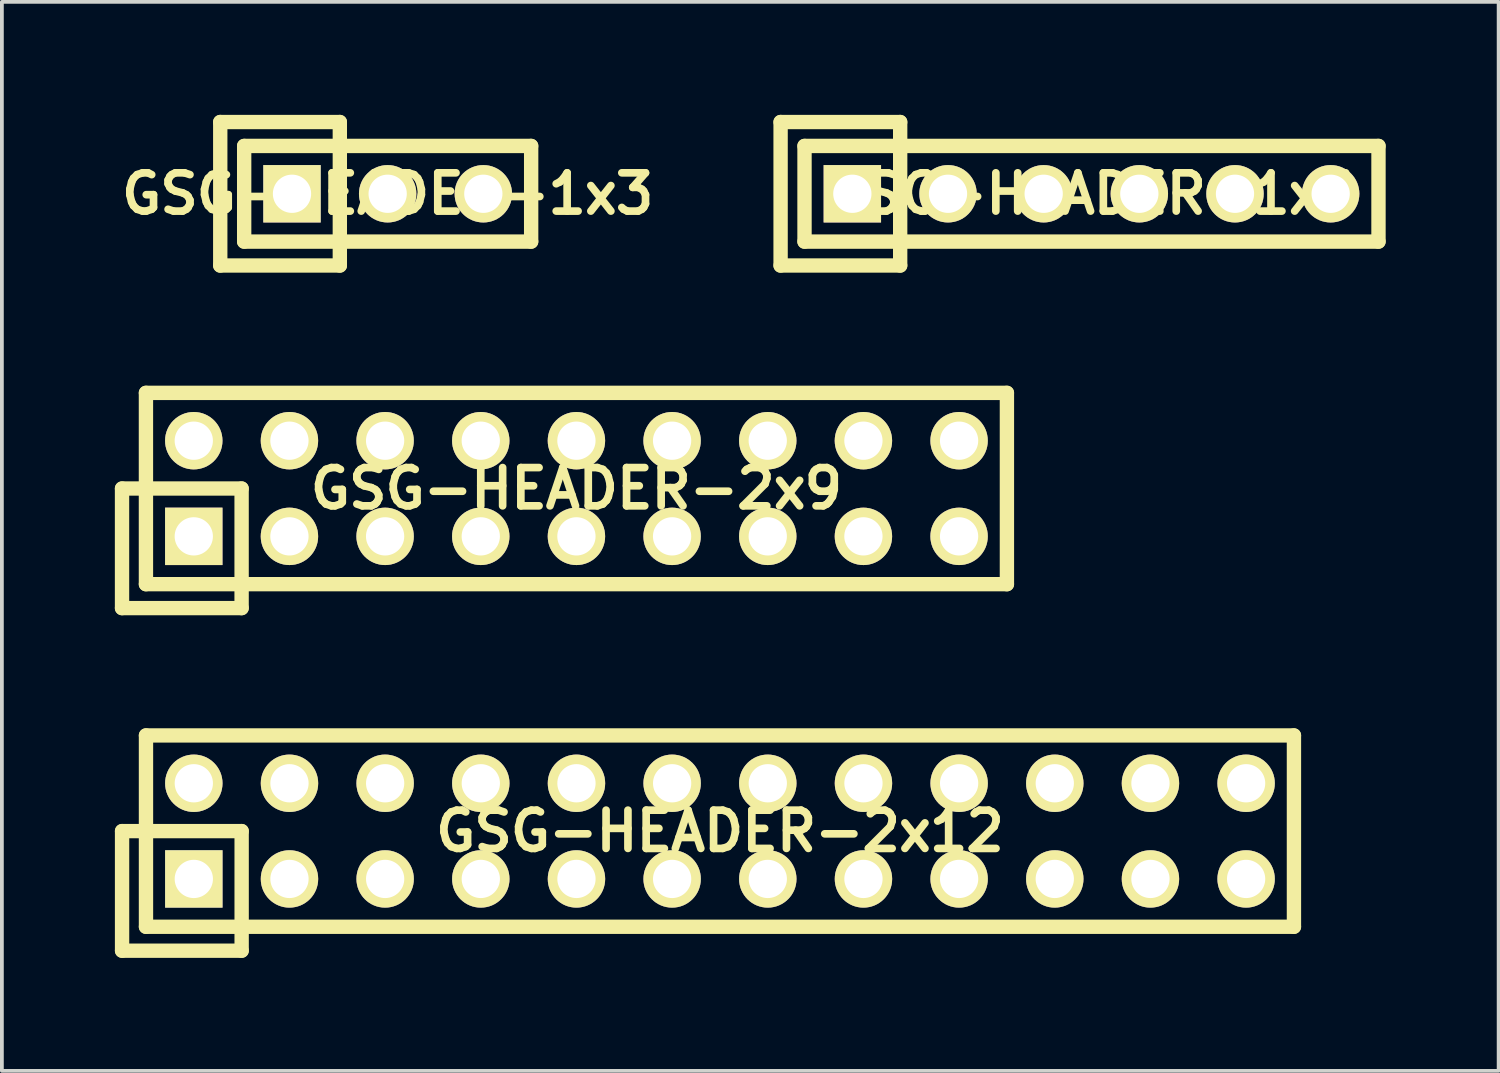
<source format=kicad_pcb>
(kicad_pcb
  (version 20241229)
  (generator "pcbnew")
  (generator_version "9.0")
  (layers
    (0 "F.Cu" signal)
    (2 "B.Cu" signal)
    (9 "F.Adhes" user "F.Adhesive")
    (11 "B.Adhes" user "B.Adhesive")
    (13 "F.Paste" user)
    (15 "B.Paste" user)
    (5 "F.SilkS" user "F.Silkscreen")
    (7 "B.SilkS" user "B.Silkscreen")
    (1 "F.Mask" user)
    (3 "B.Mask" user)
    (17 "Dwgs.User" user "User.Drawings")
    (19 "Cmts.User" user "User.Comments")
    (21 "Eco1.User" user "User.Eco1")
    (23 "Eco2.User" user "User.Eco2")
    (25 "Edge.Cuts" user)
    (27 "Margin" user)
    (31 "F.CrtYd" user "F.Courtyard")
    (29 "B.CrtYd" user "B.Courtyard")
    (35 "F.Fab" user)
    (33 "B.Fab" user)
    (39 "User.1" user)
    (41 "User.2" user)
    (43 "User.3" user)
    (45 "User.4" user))
  (footprint "GSG-HEADER-1x3"
    (layer "F.Cu")
    (at 7.243 2.095)
    (property "Reference" "GSG-HEADER-1x3" (at 0 0 0) (layer "F.SilkS") (effects (font (size 1.016 1.016) (thickness 0.203))))
    (attr through_hole)
    (fp_line (start -4.445 -1.905) (end -4.445 1.905) (stroke (width 0.381) (type solid)) (layer "F.SilkS"))
    (fp_line (start -4.445 1.905) (end -1.27 1.905) (stroke (width 0.381) (type solid)) (layer "F.SilkS"))
    (fp_line (start -3.81 -1.27) (end -3.81 1.27) (stroke (width 0.381) (type solid)) (layer "F.SilkS"))
    (fp_line (start -3.81 -1.27) (end 3.81 -1.27) (stroke (width 0.381) (type solid)) (layer "F.SilkS"))
    (fp_line (start -1.27 -1.905) (end -4.445 -1.905) (stroke (width 0.381) (type solid)) (layer "F.SilkS"))
    (fp_line (start -1.27 1.905) (end -1.27 -1.905) (stroke (width 0.381) (type solid)) (layer "F.SilkS"))
    (fp_line (start 3.81 -1.27) (end 3.81 1.27) (stroke (width 0.381) (type solid)) (layer "F.SilkS"))
    (fp_line (start 3.81 1.27) (end -3.81 1.27) (stroke (width 0.381) (type solid)) (layer "F.SilkS"))
    (pad "1" thru_hole rect (at -2.54 0) (size 1.524 1.524) (drill 1.016) (layers "*.Cu" "*.Mask" "F.SilkS"))
    (pad "2" thru_hole circle (at 0 0) (size 1.524 1.524) (drill 1.016) (layers "*.Cu" "*.Mask" "F.SilkS"))
    (pad "3" thru_hole circle (at 2.54 0) (size 1.524 1.524) (drill 1.016) (layers "*.Cu" "*.Mask" "F.SilkS")))
  (footprint "GSG-HEADER-1x6"
    (layer "F.Cu")
    (at 25.931 2.095)
    (property "Reference" "GSG-HEADER-1x6" (at 0 0 0) (layer "F.SilkS") (effects (font (size 1.016 1.016) (thickness 0.203))))
    (attr through_hole)
    (fp_line (start -8.255 -1.905) (end -8.255 1.905) (stroke (width 0.381) (type solid)) (layer "F.SilkS"))
    (fp_line (start -8.255 1.905) (end -5.08 1.905) (stroke (width 0.381) (type solid)) (layer "F.SilkS"))
    (fp_line (start -7.62 -1.27) (end -7.62 1.27) (stroke (width 0.381) (type solid)) (layer "F.SilkS"))
    (fp_line (start -7.62 -1.27) (end 7.62 -1.27) (stroke (width 0.381) (type solid)) (layer "F.SilkS"))
    (fp_line (start -5.08 -1.905) (end -8.255 -1.905) (stroke (width 0.381) (type solid)) (layer "F.SilkS"))
    (fp_line (start -5.08 1.905) (end -5.08 -1.905) (stroke (width 0.381) (type solid)) (layer "F.SilkS"))
    (fp_line (start 7.62 -1.27) (end 7.62 1.27) (stroke (width 0.381) (type solid)) (layer "F.SilkS"))
    (fp_line (start 7.62 1.27) (end -7.62 1.27) (stroke (width 0.381) (type solid)) (layer "F.SilkS"))
    (pad "1" thru_hole rect (at -6.35 0) (size 1.524 1.524) (drill 1.016) (layers "*.Cu" "*.Mask" "F.SilkS"))
    (pad "2" thru_hole circle (at -3.81 0) (size 1.524 1.524) (drill 1.016) (layers "*.Cu" "*.Mask" "F.SilkS"))
    (pad "3" thru_hole circle (at -1.27 0) (size 1.524 1.524) (drill 1.016) (layers "*.Cu" "*.Mask" "F.SilkS"))
    (pad "4" thru_hole circle (at 1.27 0) (size 1.524 1.524) (drill 1.016) (layers "*.Cu" "*.Mask" "F.SilkS"))
    (pad "5" thru_hole circle (at 3.81 0) (size 1.524 1.524) (drill 1.016) (layers "*.Cu" "*.Mask" "F.SilkS"))
    (pad "6" thru_hole circle (at 6.35 0) (size 1.524 1.524) (drill 1.016) (layers "*.Cu" "*.Mask" "F.SilkS")))
  (footprint "GSG-HEADER-2x12"
    (layer "F.Cu")
    (at 16.066 19.017)
    (property "Reference" "GSG-HEADER-2x12" (at 0 0 0) (layer "F.SilkS") (effects (font (size 1.016 1.016) (thickness 0.203))))
    (attr through_hole)
    (fp_line (start -15.875 0) (end -15.875 3.175) (stroke (width 0.381) (type solid)) (layer "F.SilkS"))
    (fp_line (start -15.875 3.175) (end -12.7 3.175) (stroke (width 0.381) (type solid)) (layer "F.SilkS"))
    (fp_line (start -15.24 -2.54) (end 15.24 -2.54) (stroke (width 0.381) (type solid)) (layer "F.SilkS"))
    (fp_line (start -15.24 2.54) (end -15.24 -2.54) (stroke (width 0.381) (type solid)) (layer "F.SilkS"))
    (fp_line (start -12.7 0) (end -15.875 0) (stroke (width 0.381) (type solid)) (layer "F.SilkS"))
    (fp_line (start -12.7 3.175) (end -12.7 0) (stroke (width 0.381) (type solid)) (layer "F.SilkS"))
    (fp_line (start 15.24 -2.54) (end 15.24 2.54) (stroke (width 0.381) (type solid)) (layer "F.SilkS"))
    (fp_line (start 15.24 2.54) (end -15.24 2.54) (stroke (width 0.381) (type solid)) (layer "F.SilkS"))
    (pad "1" thru_hole rect (at -13.97 1.27) (size 1.524 1.524) (drill 1.016) (layers "*.Cu" "*.Mask" "F.SilkS"))
    (pad "2" thru_hole circle (at -13.97 -1.27) (size 1.524 1.524) (drill 1.016) (layers "*.Cu" "*.Mask" "F.SilkS"))
    (pad "3" thru_hole circle (at -11.43 1.27) (size 1.524 1.524) (drill 1.016) (layers "*.Cu" "*.Mask" "F.SilkS"))
    (pad "4" thru_hole circle (at -11.43 -1.27) (size 1.524 1.524) (drill 1.016) (layers "*.Cu" "*.Mask" "F.SilkS"))
    (pad "5" thru_hole circle (at -8.89 1.27) (size 1.524 1.524) (drill 1.016) (layers "*.Cu" "*.Mask" "F.SilkS"))
    (pad "6" thru_hole circle (at -8.89 -1.27) (size 1.524 1.524) (drill 1.016) (layers "*.Cu" "*.Mask" "F.SilkS"))
    (pad "7" thru_hole circle (at -6.35 1.27) (size 1.524 1.524) (drill 1.016) (layers "*.Cu" "*.Mask" "F.SilkS"))
    (pad "8" thru_hole circle (at -6.35 -1.27) (size 1.524 1.524) (drill 1.016) (layers "*.Cu" "*.Mask" "F.SilkS"))
    (pad "9" thru_hole circle (at -3.81 1.27) (size 1.524 1.524) (drill 1.016) (layers "*.Cu" "*.Mask" "F.SilkS"))
    (pad "10" thru_hole circle (at -3.81 -1.27) (size 1.524 1.524) (drill 1.016) (layers "*.Cu" "*.Mask" "F.SilkS"))
    (pad "11" thru_hole circle (at -1.27 1.27) (size 1.524 1.524) (drill 1.016) (layers "*.Cu" "*.Mask" "F.SilkS"))
    (pad "12" thru_hole circle (at -1.27 -1.27) (size 1.524 1.524) (drill 1.016) (layers "*.Cu" "*.Mask" "F.SilkS"))
    (pad "13" thru_hole circle (at 1.27 1.27) (size 1.524 1.524) (drill 1.016) (layers "*.Cu" "*.Mask" "F.SilkS"))
    (pad "14" thru_hole circle (at 1.27 -1.27) (size 1.524 1.524) (drill 1.016) (layers "*.Cu" "*.Mask" "F.SilkS"))
    (pad "15" thru_hole circle (at 3.81 1.27) (size 1.524 1.524) (drill 1.016) (layers "*.Cu" "*.Mask" "F.SilkS"))
    (pad "16" thru_hole circle (at 3.81 -1.27) (size 1.524 1.524) (drill 1.016) (layers "*.Cu" "*.Mask" "F.SilkS"))
    (pad "17" thru_hole circle (at 6.35 1.27) (size 1.524 1.524) (drill 1.016) (layers "*.Cu" "*.Mask" "F.SilkS"))
    (pad "18" thru_hole circle (at 6.35 -1.27) (size 1.524 1.524) (drill 1.016) (layers "*.Cu" "*.Mask" "F.SilkS"))
    (pad "19" thru_hole circle (at 8.89 1.27) (size 1.524 1.524) (drill 1.016) (layers "*.Cu" "*.Mask" "F.SilkS"))
    (pad "20" thru_hole circle (at 8.89 -1.27) (size 1.524 1.524) (drill 1.016) (layers "*.Cu" "*.Mask" "F.SilkS"))
    (pad "21" thru_hole circle (at 11.43 1.27) (size 1.524 1.524) (drill 1.016) (layers "*.Cu" "*.Mask" "F.SilkS"))
    (pad "22" thru_hole circle (at 11.43 -1.27) (size 1.524 1.524) (drill 1.016) (layers "*.Cu" "*.Mask" "F.SilkS"))
    (pad "23" thru_hole circle (at 13.97 1.27) (size 1.524 1.524) (drill 1.016) (layers "*.Cu" "*.Mask" "F.SilkS"))
    (pad "24" thru_hole circle (at 13.97 -1.27) (size 1.524 1.524) (drill 1.016) (layers "*.Cu" "*.Mask" "F.SilkS")))
  (footprint "GSG-HEADER-2x9"
    (layer "F.Cu")
    (at 12.255 9.921)
    (property "Reference" "GSG-HEADER-2x9" (at 0 0 0) (layer "F.SilkS") (effects (font (size 1.016 1.016) (thickness 0.203))))
    (attr through_hole)
    (fp_line (start -12.065 0) (end -12.065 3.175) (stroke (width 0.381) (type solid)) (layer "F.SilkS"))
    (fp_line (start -12.065 3.175) (end -8.89 3.175) (stroke (width 0.381) (type solid)) (layer "F.SilkS"))
    (fp_line (start -11.43 -2.54) (end 11.43 -2.54) (stroke (width 0.381) (type solid)) (layer "F.SilkS"))
    (fp_line (start -11.43 2.54) (end -11.43 -2.54) (stroke (width 0.381) (type solid)) (layer "F.SilkS"))
    (fp_line (start -8.89 0) (end -12.065 0) (stroke (width 0.381) (type solid)) (layer "F.SilkS"))
    (fp_line (start -8.89 3.175) (end -8.89 0) (stroke (width 0.381) (type solid)) (layer "F.SilkS"))
    (fp_line (start 11.43 -2.54) (end 11.43 2.54) (stroke (width 0.381) (type solid)) (layer "F.SilkS"))
    (fp_line (start 11.43 2.54) (end -11.43 2.54) (stroke (width 0.381) (type solid)) (layer "F.SilkS"))
    (pad "1" thru_hole rect (at -10.16 1.27) (size 1.524 1.524) (drill 1.016) (layers "*.Cu" "*.Mask" "F.SilkS"))
    (pad "2" thru_hole circle (at -10.16 -1.27) (size 1.524 1.524) (drill 1.016) (layers "*.Cu" "*.Mask" "F.SilkS"))
    (pad "3" thru_hole circle (at -7.62 1.27) (size 1.524 1.524) (drill 1.016) (layers "*.Cu" "*.Mask" "F.SilkS"))
    (pad "4" thru_hole circle (at -7.62 -1.27) (size 1.524 1.524) (drill 1.016) (layers "*.Cu" "*.Mask" "F.SilkS"))
    (pad "5" thru_hole circle (at -5.08 1.27) (size 1.524 1.524) (drill 1.016) (layers "*.Cu" "*.Mask" "F.SilkS"))
    (pad "6" thru_hole circle (at -5.08 -1.27) (size 1.524 1.524) (drill 1.016) (layers "*.Cu" "*.Mask" "F.SilkS"))
    (pad "7" thru_hole circle (at -2.54 1.27) (size 1.524 1.524) (drill 1.016) (layers "*.Cu" "*.Mask" "F.SilkS"))
    (pad "8" thru_hole circle (at -2.54 -1.27) (size 1.524 1.524) (drill 1.016) (layers "*.Cu" "*.Mask" "F.SilkS"))
    (pad "9" thru_hole circle (at 0 1.27) (size 1.524 1.524) (drill 1.016) (layers "*.Cu" "*.Mask" "F.SilkS"))
    (pad "10" thru_hole circle (at 0 -1.27) (size 1.524 1.524) (drill 1.016) (layers "*.Cu" "*.Mask" "F.SilkS"))
    (pad "11" thru_hole circle (at 2.54 1.27) (size 1.524 1.524) (drill 1.016) (layers "*.Cu" "*.Mask" "F.SilkS"))
    (pad "12" thru_hole circle (at 2.54 -1.27) (size 1.524 1.524) (drill 1.016) (layers "*.Cu" "*.Mask" "F.SilkS"))
    (pad "13" thru_hole circle (at 5.08 1.27) (size 1.524 1.524) (drill 1.016) (layers "*.Cu" "*.Mask" "F.SilkS"))
    (pad "14" thru_hole circle (at 5.08 -1.27) (size 1.524 1.524) (drill 1.016) (layers "*.Cu" "*.Mask" "F.SilkS"))
    (pad "15" thru_hole circle (at 7.62 1.27) (size 1.524 1.524) (drill 1.016) (layers "*.Cu" "*.Mask" "F.SilkS"))
    (pad "16" thru_hole circle (at 7.62 -1.27) (size 1.524 1.524) (drill 1.016) (layers "*.Cu" "*.Mask" "F.SilkS"))
    (pad "17" thru_hole circle (at 10.16 1.27) (size 1.524 1.524) (drill 1.016) (layers "*.Cu" "*.Mask" "F.SilkS"))
    (pad "18" thru_hole circle (at 10.16 -1.27) (size 1.524 1.524) (drill 1.016) (layers "*.Cu" "*.Mask" "F.SilkS")))
  (gr_rect
    (start -3 -3)
    (end 36.741 25.383)
    (stroke (width 0.1) (type default))
    (fill no)
    (layer "Edge.Cuts")))
</source>
